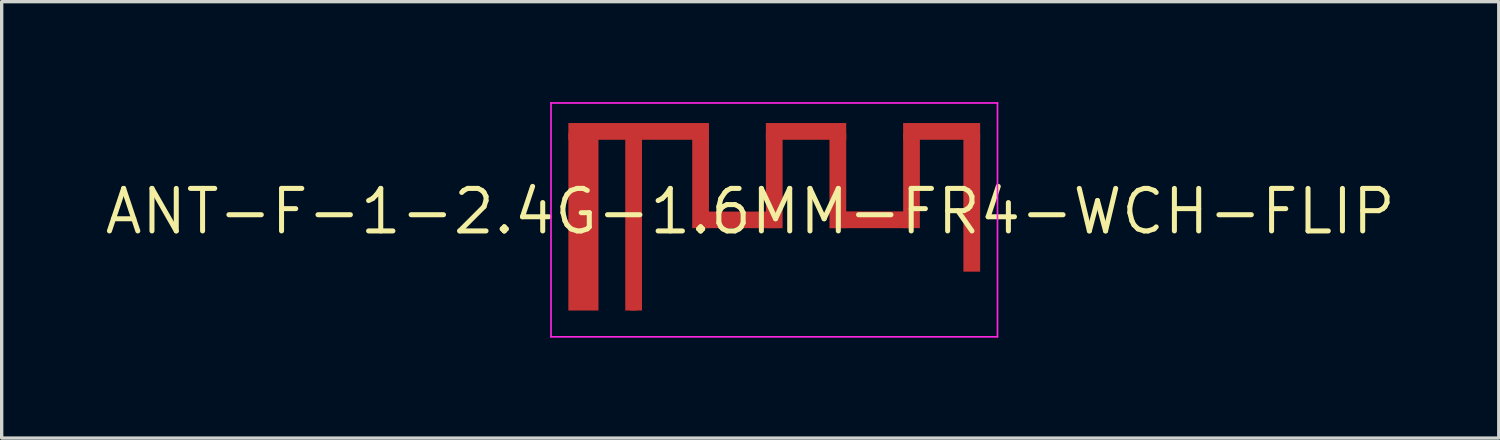
<source format=kicad_pcb>
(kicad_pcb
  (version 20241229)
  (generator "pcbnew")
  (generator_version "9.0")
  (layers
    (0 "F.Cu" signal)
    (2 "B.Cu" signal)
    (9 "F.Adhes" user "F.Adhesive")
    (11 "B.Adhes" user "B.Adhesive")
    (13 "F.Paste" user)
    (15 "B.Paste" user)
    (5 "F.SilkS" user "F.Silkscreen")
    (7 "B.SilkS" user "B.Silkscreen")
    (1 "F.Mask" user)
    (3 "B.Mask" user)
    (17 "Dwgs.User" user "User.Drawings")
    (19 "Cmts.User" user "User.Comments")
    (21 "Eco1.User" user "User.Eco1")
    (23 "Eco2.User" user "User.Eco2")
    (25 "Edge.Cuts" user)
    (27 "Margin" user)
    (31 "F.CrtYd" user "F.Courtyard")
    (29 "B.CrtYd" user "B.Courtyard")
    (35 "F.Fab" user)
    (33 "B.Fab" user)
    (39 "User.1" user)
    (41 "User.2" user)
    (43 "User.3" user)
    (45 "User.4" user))
  (footprint "ANT-F-1-2.4G-1.6MM-FR4-WCH-FLIP"
    (layer "F.Cu")
    (at 20.077 3.518)
    (property "Reference" "ANT-F-1-2.4G-1.6MM-FR4-WCH-FLIP" (at -0.717 -0.25 0) (layer "F.SilkS") (effects (font (size 1.27 1.27) (thickness 0.15))))
    (attr exclude_from_pos_files exclude_from_bom)
    (fp_poly (pts (xy -6.15 -2.893) (xy -1.95 -2.893) (xy -1.95 -2.393) (xy -6.15 -2.393)) (stroke (width 0) (type solid)) (fill yes) (layer "F.Cu"))
    (fp_poly (pts (xy -6.15 -2.598) (xy -5.25 -2.598) (xy -5.25 2.457) (xy -6.15 2.457)) (stroke (width 0) (type solid)) (fill yes) (layer "F.Cu"))
    (fp_poly (pts (xy -4.45 -2.624) (xy -3.95 -2.624) (xy -3.95 2.707) (xy -4.45 2.707)) (stroke (width 0) (type solid)) (fill yes) (layer "F.Cu"))
    (fp_poly (pts (xy -2.45 -2.573) (xy -1.95 -2.573) (xy -1.95 0.247) (xy -2.45 0.247)) (stroke (width 0) (type solid)) (fill yes) (layer "F.Cu"))
    (fp_poly (pts (xy -2.36 -0.248) (xy 0.18 -0.248) (xy 0.18 0.247) (xy -2.36 0.247)) (stroke (width 0) (type solid)) (fill yes) (layer "F.Cu"))
    (fp_poly (pts (xy -0.25 -2.893) (xy 2.15 -2.893) (xy 2.15 -2.393) (xy -0.25 -2.393)) (stroke (width 0) (type solid)) (fill yes) (layer "F.Cu"))
    (fp_poly (pts (xy -0.25 -2.573) (xy 0.25 -2.573) (xy 0.25 0.247) (xy -0.25 0.247)) (stroke (width 0) (type solid)) (fill yes) (layer "F.Cu"))
    (fp_poly (pts (xy 1.65 -2.573) (xy 2.15 -2.573) (xy 2.15 0.247) (xy 1.65 0.247)) (stroke (width 0) (type solid)) (fill yes) (layer "F.Cu"))
    (fp_poly (pts (xy 1.665 -0.253) (xy 4.154 -0.253) (xy 4.154 0.247) (xy 1.665 0.247)) (stroke (width 0) (type solid)) (fill yes) (layer "F.Cu"))
    (fp_poly (pts (xy 3.85 -2.893) (xy 6.15 -2.893) (xy 6.15 -2.393) (xy 3.85 -2.393)) (stroke (width 0) (type solid)) (fill yes) (layer "F.Cu"))
    (fp_poly (pts (xy 3.85 -2.573) (xy 4.35 -2.573) (xy 4.35 0.247) (xy 3.85 0.247)) (stroke (width 0) (type solid)) (fill yes) (layer "F.Cu"))
    (fp_poly (pts (xy 5.65 -2.573) (xy 6.15 -2.573) (xy 6.15 1.547) (xy 5.65 1.547)) (stroke (width 0) (type solid)) (fill yes) (layer "F.Cu"))
    (fp_poly (pts (xy -6.15 -2.893) (xy -1.95 -2.893) (xy -1.95 -2.393) (xy -6.15 -2.393)) (stroke (width 0) (type solid)) (fill yes) (layer "F.Mask"))
    (fp_poly (pts (xy -6.15 -2.598) (xy -5.25 -2.598) (xy -5.25 2.457) (xy -6.15 2.457)) (stroke (width 0) (type solid)) (fill yes) (layer "F.Mask"))
    (fp_poly (pts (xy -4.45 -2.624) (xy -3.95 -2.624) (xy -3.95 2.707) (xy -4.45 2.707)) (stroke (width 0) (type solid)) (fill yes) (layer "F.Mask"))
    (fp_poly (pts (xy -2.45 -2.573) (xy -1.95 -2.573) (xy -1.95 0.247) (xy -2.45 0.247)) (stroke (width 0) (type solid)) (fill yes) (layer "F.Mask"))
    (fp_poly (pts (xy -2.36 -0.248) (xy 0.18 -0.248) (xy 0.18 0.247) (xy -2.36 0.247)) (stroke (width 0) (type solid)) (fill yes) (layer "F.Mask"))
    (fp_poly (pts (xy -0.25 -2.893) (xy 2.15 -2.893) (xy 2.15 -2.393) (xy -0.25 -2.393)) (stroke (width 0) (type solid)) (fill yes) (layer "F.Mask"))
    (fp_poly (pts (xy -0.25 -2.573) (xy 0.25 -2.573) (xy 0.25 0.247) (xy -0.25 0.247)) (stroke (width 0) (type solid)) (fill yes) (layer "F.Mask"))
    (fp_poly (pts (xy 1.65 -2.573) (xy 2.15 -2.573) (xy 2.15 0.247) (xy 1.65 0.247)) (stroke (width 0) (type solid)) (fill yes) (layer "F.Mask"))
    (fp_poly (pts (xy 1.665 -0.253) (xy 4.154 -0.253) (xy 4.154 0.247) (xy 1.665 0.247)) (stroke (width 0) (type solid)) (fill yes) (layer "F.Mask"))
    (fp_poly (pts (xy 3.85 -2.893) (xy 6.15 -2.893) (xy 6.15 -2.393) (xy 3.85 -2.393)) (stroke (width 0) (type solid)) (fill yes) (layer "F.Mask"))
    (fp_poly (pts (xy 3.85 -2.573) (xy 4.35 -2.573) (xy 4.35 0.247) (xy 3.85 0.247)) (stroke (width 0) (type solid)) (fill yes) (layer "F.Mask"))
    (fp_poly (pts (xy 5.65 -2.573) (xy 6.15 -2.573) (xy 6.15 1.547) (xy 5.65 1.547)) (stroke (width 0) (type solid)) (fill yes) (layer "F.Mask"))
    (fp_line (start -6.668 -3.493) (end -6.668 3.493) (stroke (width 0.05) (type solid)) (layer "F.CrtYd"))
    (fp_line (start -6.668 3.493) (end 6.668 3.493) (stroke (width 0.05) (type solid)) (layer "F.CrtYd"))
    (fp_line (start 6.668 -3.493) (end -6.668 -3.493) (stroke (width 0.05) (type solid)) (layer "F.CrtYd"))
    (fp_line (start 6.668 3.493) (end 6.668 -3.493) (stroke (width 0.05) (type solid)) (layer "F.CrtYd"))
    (pad "1" smd rect (at -4.21 2.607 270) (size 0.2 0.2) (layers "F.Cu"))
    (pad "2" smd rect (at -5.7 2.579 270) (size 0.257 0.9) (layers "F.Cu")))
  (gr_rect
    (start -3 -3)
    (end 41.719 10.035)
    (stroke (width 0.1) (type default))
    (fill no)
    (layer "Edge.Cuts")))
</source>
